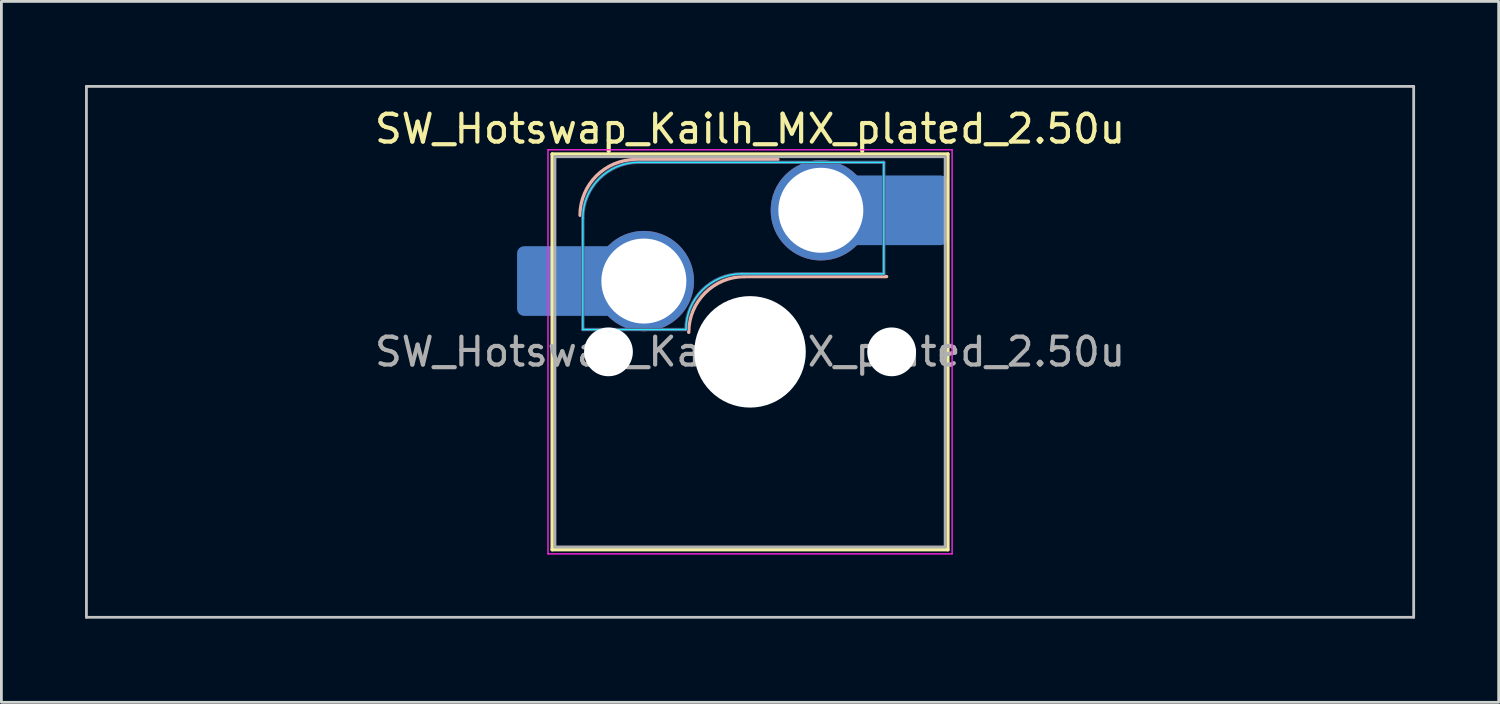
<source format=kicad_pcb>
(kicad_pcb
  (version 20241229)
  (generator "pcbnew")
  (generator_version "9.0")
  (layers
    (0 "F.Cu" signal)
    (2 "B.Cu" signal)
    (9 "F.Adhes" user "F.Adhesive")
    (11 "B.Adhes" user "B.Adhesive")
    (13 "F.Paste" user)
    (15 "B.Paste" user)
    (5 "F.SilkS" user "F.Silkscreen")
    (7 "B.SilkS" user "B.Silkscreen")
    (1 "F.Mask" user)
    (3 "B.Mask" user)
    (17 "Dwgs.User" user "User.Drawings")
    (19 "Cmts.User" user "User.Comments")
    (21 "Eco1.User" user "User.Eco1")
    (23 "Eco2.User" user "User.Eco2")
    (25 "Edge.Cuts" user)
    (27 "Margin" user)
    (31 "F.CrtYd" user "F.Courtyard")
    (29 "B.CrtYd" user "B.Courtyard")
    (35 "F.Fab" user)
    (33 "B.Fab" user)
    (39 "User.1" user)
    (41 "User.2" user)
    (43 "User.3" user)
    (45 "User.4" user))
  (footprint "SW_Hotswap_Kailh_MX_plated_2.50u"
    (layer "F.Cu")
    (at 23.863 9.575)
    (property "Reference" "SW_Hotswap_Kailh_MX_plated_2.50u" (at 0 -8 0) (layer "F.SilkS") (effects (font (size 1 1) (thickness 0.15))))
    (attr smd)
    (fp_line (start -7.1 -7.1) (end -7.1 7.1) (stroke (width 0.12) (type solid)) (layer "F.SilkS"))
    (fp_line (start -7.1 7.1) (end 7.1 7.1) (stroke (width 0.12) (type solid)) (layer "F.SilkS"))
    (fp_line (start 7.1 -7.1) (end -7.1 -7.1) (stroke (width 0.12) (type solid)) (layer "F.SilkS"))
    (fp_line (start 7.1 7.1) (end 7.1 -7.1) (stroke (width 0.12) (type solid)) (layer "F.SilkS"))
    (fp_line (start -4.1 -6.9) (end 1 -6.9) (stroke (width 0.12) (type solid)) (layer "B.SilkS"))
    (fp_line (start -0.2 -2.7) (end 4.9 -2.7) (stroke (width 0.12) (type solid)) (layer "B.SilkS"))
    (fp_arc (start -6.1 -4.9) (mid -5.514214 -6.314214) (end -4.1 -6.9) (stroke (width 0.12) (type solid)) (layer "B.SilkS"))
    (fp_arc (start -2.2 -0.7) (mid -1.614214 -2.114214) (end -0.2 -2.7) (stroke (width 0.12) (type solid)) (layer "B.SilkS"))
    (fp_line (start -23.812 -9.525) (end -23.812 9.525) (stroke (width 0.1) (type solid)) (layer "Dwgs.User"))
    (fp_line (start -23.812 9.525) (end 23.812 9.525) (stroke (width 0.1) (type solid)) (layer "Dwgs.User"))
    (fp_line (start 23.812 -9.525) (end -23.812 -9.525) (stroke (width 0.1) (type solid)) (layer "Dwgs.User"))
    (fp_line (start 23.812 9.525) (end 23.812 -9.525) (stroke (width 0.1) (type solid)) (layer "Dwgs.User"))
    (fp_line (start -7.8 -6) (end -7 -6) (stroke (width 0.1) (type solid)) (layer "Eco1.User"))
    (fp_line (start -7.8 -2.9) (end -7.8 -6) (stroke (width 0.1) (type solid)) (layer "Eco1.User"))
    (fp_line (start -7.8 2.9) (end -7 2.9) (stroke (width 0.1) (type solid)) (layer "Eco1.User"))
    (fp_line (start -7.8 6) (end -7.8 2.9) (stroke (width 0.1) (type solid)) (layer "Eco1.User"))
    (fp_line (start -7 -7) (end 7 -7) (stroke (width 0.1) (type solid)) (layer "Eco1.User"))
    (fp_line (start -7 -6) (end -7 -7) (stroke (width 0.1) (type solid)) (layer "Eco1.User"))
    (fp_line (start -7 -2.9) (end -7.8 -2.9) (stroke (width 0.1) (type solid)) (layer "Eco1.User"))
    (fp_line (start -7 2.9) (end -7 -2.9) (stroke (width 0.1) (type solid)) (layer "Eco1.User"))
    (fp_line (start -7 6) (end -7.8 6) (stroke (width 0.1) (type solid)) (layer "Eco1.User"))
    (fp_line (start -7 7) (end -7 6) (stroke (width 0.1) (type solid)) (layer "Eco1.User"))
    (fp_line (start 7 -7) (end 7 -6) (stroke (width 0.1) (type solid)) (layer "Eco1.User"))
    (fp_line (start 7 -6) (end 7.8 -6) (stroke (width 0.1) (type solid)) (layer "Eco1.User"))
    (fp_line (start 7 -2.9) (end 7 2.9) (stroke (width 0.1) (type solid)) (layer "Eco1.User"))
    (fp_line (start 7 2.9) (end 7.8 2.9) (stroke (width 0.1) (type solid)) (layer "Eco1.User"))
    (fp_line (start 7 6) (end 7 7) (stroke (width 0.1) (type solid)) (layer "Eco1.User"))
    (fp_line (start 7 7) (end -7 7) (stroke (width 0.1) (type solid)) (layer "Eco1.User"))
    (fp_line (start 7.8 -6) (end 7.8 -2.9) (stroke (width 0.1) (type solid)) (layer "Eco1.User"))
    (fp_line (start 7.8 -2.9) (end 7 -2.9) (stroke (width 0.1) (type solid)) (layer "Eco1.User"))
    (fp_line (start 7.8 2.9) (end 7.8 6) (stroke (width 0.1) (type solid)) (layer "Eco1.User"))
    (fp_line (start 7.8 6) (end 7 6) (stroke (width 0.1) (type solid)) (layer "Eco1.User"))
    (fp_line (start -6 -0.8) (end -6 -4.8) (stroke (width 0.05) (type solid)) (layer "B.CrtYd"))
    (fp_line (start -6 -0.8) (end -2.3 -0.8) (stroke (width 0.05) (type solid)) (layer "B.CrtYd"))
    (fp_line (start -4 -6.8) (end 4.8 -6.8) (stroke (width 0.05) (type solid)) (layer "B.CrtYd"))
    (fp_line (start -0.3 -2.8) (end 4.8 -2.8) (stroke (width 0.05) (type solid)) (layer "B.CrtYd"))
    (fp_line (start 4.8 -6.8) (end 4.8 -2.8) (stroke (width 0.05) (type solid)) (layer "B.CrtYd"))
    (fp_arc (start -6 -4.8) (mid -5.414214 -6.214214) (end -4 -6.8) (stroke (width 0.05) (type solid)) (layer "B.CrtYd"))
    (fp_arc (start -2.3 -0.8) (mid -1.714214 -2.214214) (end -0.3 -2.8) (stroke (width 0.05) (type solid)) (layer "B.CrtYd"))
    (fp_line (start -7.25 -7.25) (end -7.25 7.25) (stroke (width 0.05) (type solid)) (layer "F.CrtYd"))
    (fp_line (start -7.25 7.25) (end 7.25 7.25) (stroke (width 0.05) (type solid)) (layer "F.CrtYd"))
    (fp_line (start 7.25 -7.25) (end -7.25 -7.25) (stroke (width 0.05) (type solid)) (layer "F.CrtYd"))
    (fp_line (start 7.25 7.25) (end 7.25 -7.25) (stroke (width 0.05) (type solid)) (layer "F.CrtYd"))
    (fp_line (start -6 -0.8) (end -6 -4.8) (stroke (width 0.12) (type solid)) (layer "B.Fab"))
    (fp_line (start -6 -0.8) (end -2.3 -0.8) (stroke (width 0.12) (type solid)) (layer "B.Fab"))
    (fp_line (start -4 -6.8) (end 4.8 -6.8) (stroke (width 0.12) (type solid)) (layer "B.Fab"))
    (fp_line (start -0.3 -2.8) (end 4.8 -2.8) (stroke (width 0.12) (type solid)) (layer "B.Fab"))
    (fp_line (start 4.8 -6.8) (end 4.8 -2.8) (stroke (width 0.12) (type solid)) (layer "B.Fab"))
    (fp_arc (start -6 -4.8) (mid -5.414214 -6.214214) (end -4 -6.8) (stroke (width 0.12) (type solid)) (layer "B.Fab"))
    (fp_arc (start -2.3 -0.8) (mid -1.714214 -2.214214) (end -0.3 -2.8) (stroke (width 0.12) (type solid)) (layer "B.Fab"))
    (fp_line (start -7 -7) (end -7 7) (stroke (width 0.1) (type solid)) (layer "F.Fab"))
    (fp_line (start -7 7) (end 7 7) (stroke (width 0.1) (type solid)) (layer "F.Fab"))
    (fp_line (start 7 -7) (end -7 -7) (stroke (width 0.1) (type solid)) (layer "F.Fab"))
    (fp_line (start 7 7) (end 7 -7) (stroke (width 0.1) (type solid)) (layer "F.Fab"))
    (fp_text user "${REFERENCE}" (at 0 0 0) (layer "F.Fab") (effects (font (size 1 1) (thickness 0.15))))
    (pad "" smd roundrect (at -7.085 -2.54) (size 2.55 2.5) (layers "B.Mask" "B.Paste") (roundrect_rratio 0.1))
    (pad "" np_thru_hole circle (at -5.08 0) (size 1.75 1.75) (drill 1.75) (layers "*.Cu" "*.Mask"))
    (pad "" smd circle (at -3.81 -2.54) (size 3.1 3.1) (layers "F.Mask"))
    (pad "" np_thru_hole circle (at 0 0) (size 4 4) (drill 4) (layers "*.Cu" "*.Mask"))
    (pad "" smd circle (at 2.54 -5.08) (size 3.1 3.1) (layers "F.Mask"))
    (pad "" np_thru_hole circle (at 5.08 0) (size 1.75 1.75) (drill 1.75) (layers "*.Cu" "*.Mask"))
    (pad "" smd roundrect (at 5.842 -5.08) (size 2.55 2.5) (layers "B.Mask" "B.Paste") (roundrect_rratio 0.1))
    (pad "1" smd roundrect (at -6.585 -2.54) (size 3.55 2.5) (layers "B.Cu") (roundrect_rratio 0.1))
    (pad "1" thru_hole circle (at -3.81 -2.54) (size 3.6 3.6) (drill 3.05) (layers "*.Cu" "B.Mask"))
    (pad "2" thru_hole circle (at 2.54 -5.08) (size 3.6 3.6) (drill 3.05) (layers "*.Cu" "B.Mask"))
    (pad "2" smd roundrect (at 5.32 -5.08) (size 3.55 2.5) (layers "B.Cu") (roundrect_rratio 0.1)))
  (gr_rect
    (start -3 -3)
    (end 50.725 22.15)
    (stroke (width 0.1) (type default))
    (fill no)
    (layer "Edge.Cuts")))
</source>
